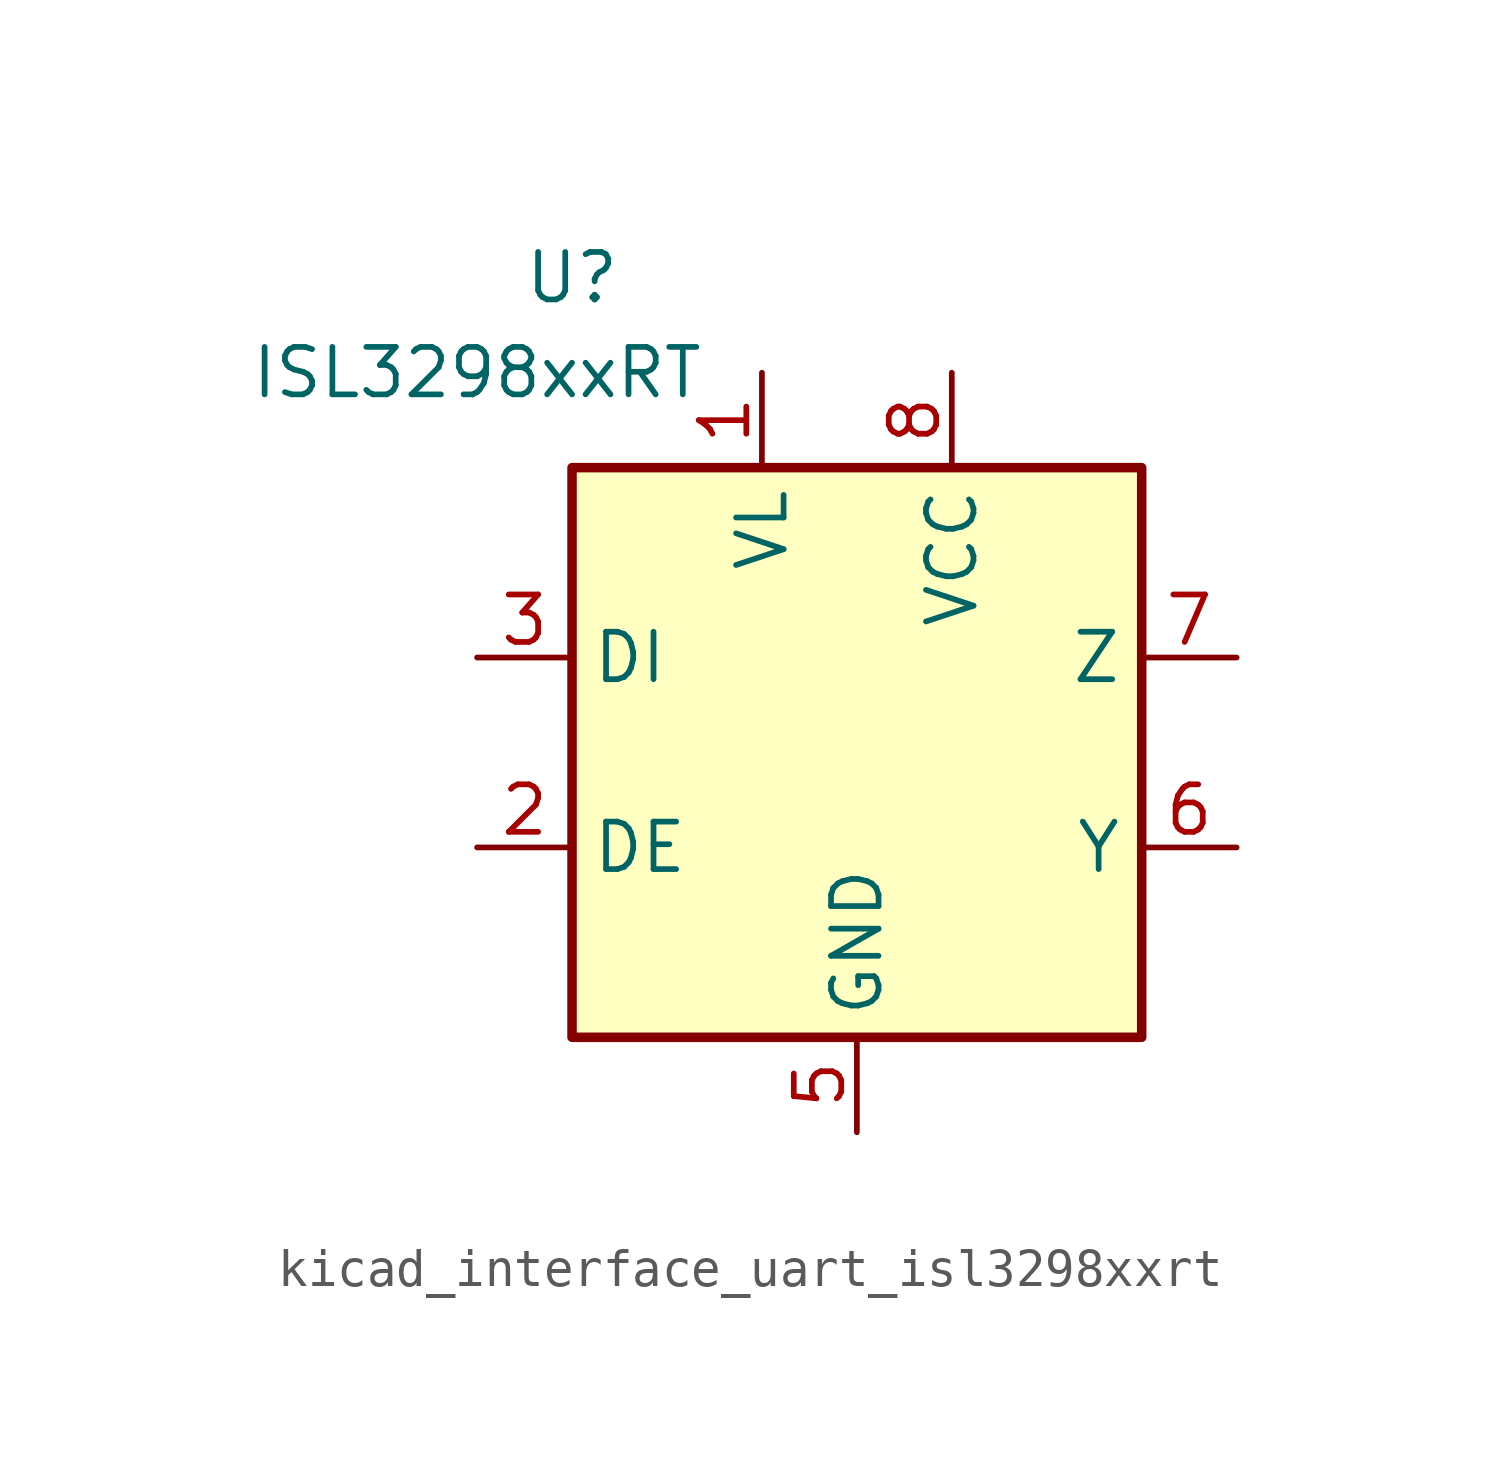
<source format=kicad_sym>
(kicad_symbol_lib
  (version 20220914)
  (generator kicad_symbol_editor)
  (symbol "kicad_interface_uart_isl3298xxrt"
    (property "Reference" "U"
      (at -7.62 12.7 0)
      (effects (font (size 1.27 1.27))))
    (property "Value" "ISL3298xxRT"
      (at -10.16 10.16 0)
      (effects (font (size 1.27 1.27))))
    (symbol "kicad_interface_uart_isl3298xxrt_0_1"
      (polyline (pts (xy -7.62 7.62) (xy 7.62 7.62) (xy 7.62 -7.62) (xy -7.62 -7.62) (xy -7.62 7.62)) (stroke (width 0.254) (type default)) (fill (type background))))
    (symbol "kicad_interface_uart_isl3298xxrt_1_1"
      (pin power_in line (at -2.54 10.16 270) (length 2.54) (name "VL" (effects (font (size 1.27 1.27)))) (number "1" (effects (font (size 1.27 1.27)))))
      (pin input line (at -10.16 -2.54 0) (length 2.54) (name "DE" (effects (font (size 1.27 1.27)))) (number "2" (effects (font (size 1.27 1.27)))))
      (pin input line (at -10.16 2.54 0) (length 2.54) (name "DI" (effects (font (size 1.27 1.27)))) (number "3" (effects (font (size 1.27 1.27)))))
      (pin passive line (at 0 -10.16 90) (length 2.54) hide (name "GND" (effects (font (size 1.27 1.27)))) (number "4" (effects (font (size 1.27 1.27)))))
      (pin power_in line (at 0 -10.16 90) (length 2.54) (name "GND" (effects (font (size 1.27 1.27)))) (number "5" (effects (font (size 1.27 1.27)))))
      (pin output line (at 10.16 -2.54 180) (length 2.54) (name "Y" (effects (font (size 1.27 1.27)))) (number "6" (effects (font (size 1.27 1.27)))))
      (pin output line (at 10.16 2.54 180) (length 2.54) (name "Z" (effects (font (size 1.27 1.27)))) (number "7" (effects (font (size 1.27 1.27)))))
      (pin power_in line (at 2.54 10.16 270) (length 2.54) (name "VCC" (effects (font (size 1.27 1.27)))) (number "8" (effects (font (size 1.27 1.27)))))
      (pin passive line (at 0 -10.16 90) (length 2.54) hide (name "GND" (effects (font (size 1.27 1.27)))) (number "9" (effects (font (size 1.27 1.27))))))))
</source>
